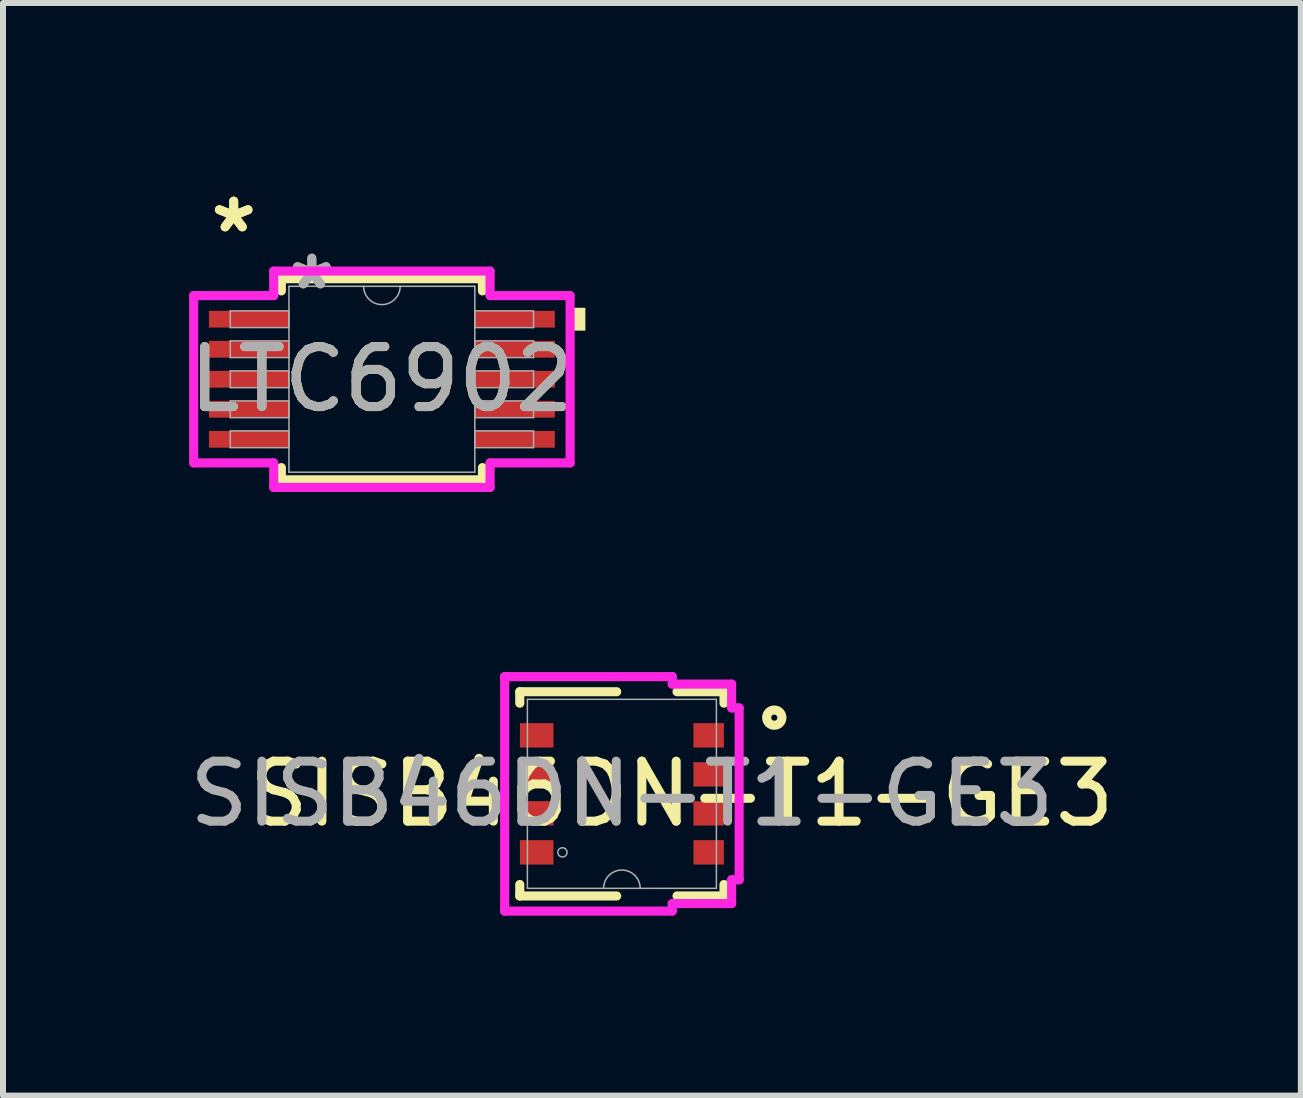
<source format=kicad_pcb>
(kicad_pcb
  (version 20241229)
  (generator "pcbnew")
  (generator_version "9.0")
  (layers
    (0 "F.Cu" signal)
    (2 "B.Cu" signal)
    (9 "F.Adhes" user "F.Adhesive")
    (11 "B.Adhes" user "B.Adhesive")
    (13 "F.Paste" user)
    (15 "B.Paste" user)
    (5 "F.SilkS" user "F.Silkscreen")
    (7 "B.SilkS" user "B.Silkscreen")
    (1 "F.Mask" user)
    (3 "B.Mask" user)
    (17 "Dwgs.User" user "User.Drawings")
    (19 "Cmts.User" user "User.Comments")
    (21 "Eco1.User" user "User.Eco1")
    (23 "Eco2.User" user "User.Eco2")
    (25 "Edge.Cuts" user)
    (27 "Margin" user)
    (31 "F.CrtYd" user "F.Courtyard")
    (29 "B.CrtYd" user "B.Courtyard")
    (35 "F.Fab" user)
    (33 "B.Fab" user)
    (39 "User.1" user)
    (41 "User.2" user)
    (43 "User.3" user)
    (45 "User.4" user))
  (footprint "SISB46DN-T1-GE3"
    (layer "F.Cu")
    (at 7.315 10.181)
    (property "Reference" "SISB46DN-T1-GE3" (at 1 0 0) (unlocked yes) (layer "F.SilkS") (effects (font (size 1 1) (thickness 0.15))))
    (attr smd)
    (fp_poly (pts (xy -1.7 1.178) (xy -1.141 1.178) (xy -1.141 1.119) (xy 0.246 1.119) (xy 0.246 1.7) (xy 0.586 1.7) (xy 0.586 0.174) (xy -1.141 0.174) (xy -1.141 0.122) (xy -1.7 0.122) (xy -1.7 0.528) (xy -1.141 0.528) (xy -1.141 0.772) (xy -1.7 0.772)) (stroke (width 0) (type solid)) (fill yes) (layer "F.Mask"))
    (fp_poly (pts (xy 0.586 -0.174) (xy 0.586 -1.7) (xy 0.246 -1.7) (xy 0.246 -1.119) (xy -1.141 -1.119) (xy -1.141 -1.178) (xy -1.7 -1.178) (xy -1.7 -0.772) (xy -1.141 -0.772) (xy -1.141 -0.528) (xy -1.7 -0.528) (xy -1.7 -0.122) (xy -1.141 -0.122) (xy -1.141 -0.174)) (stroke (width 0) (type solid)) (fill yes) (layer "F.Mask"))
    (fp_line (start -1.702 -1.702) (end -0.087 -1.702) (stroke (width 0.152) (type solid)) (layer "F.SilkS"))
    (fp_line (start -1.702 -1.511) (end -1.702 -1.702) (stroke (width 0.152) (type solid)) (layer "F.SilkS"))
    (fp_line (start -1.702 1.702) (end -1.702 1.511) (stroke (width 0.152) (type solid)) (layer "F.SilkS"))
    (fp_line (start -0.087 1.702) (end -1.702 1.702) (stroke (width 0.152) (type solid)) (layer "F.SilkS"))
    (fp_line (start 0.919 -1.702) (end 1.702 -1.702) (stroke (width 0.152) (type solid)) (layer "F.SilkS"))
    (fp_line (start 1.702 -1.702) (end 1.702 -1.511) (stroke (width 0.152) (type solid)) (layer "F.SilkS"))
    (fp_line (start 1.702 1.511) (end 1.702 1.702) (stroke (width 0.152) (type solid)) (layer "F.SilkS"))
    (fp_line (start 1.702 1.702) (end 0.919 1.702) (stroke (width 0.152) (type solid)) (layer "F.SilkS"))
    (fp_circle (center 2.54 -1.27) (end 2.667 -1.27) (stroke (width 0.152) (type solid)) (fill no) (layer "F.SilkS"))
    (fp_poly (pts (xy -1.7 -1.178) (xy -1.7 -0.772) (xy -1.141 -0.772) (xy -1.141 -0.528) (xy -1.7 -0.528) (xy -1.7 -0.122) (xy -1.141 -0.122) (xy -1.141 -0.174) (xy 0.586 -0.174) (xy 0.586 -1.119) (xy 0.586 -1.7) (xy 0.246 -1.7) (xy 0.246 -1.119) (xy -1.141 -1.119) (xy -1.141 -1.178)) (stroke (width 0) (type solid)) (fill yes) (layer "F.Paste"))
    (fp_poly (pts (xy -1.7 0.122) (xy -1.7 0.528) (xy -1.141 0.528) (xy -1.141 0.772) (xy -1.7 0.772) (xy -1.7 1.178) (xy -1.141 1.178) (xy -1.141 1.119) (xy 0.246 1.119) (xy 0.246 1.7) (xy 0.586 1.7) (xy 0.586 1.119) (xy 0.586 0.174) (xy -1.141 0.174) (xy -1.141 0.122)) (stroke (width 0) (type solid)) (fill yes) (layer "F.Paste"))
    (fp_line (start -1.954 -1.954) (end 0.84 -1.954) (stroke (width 0.152) (type solid)) (layer "F.CrtYd"))
    (fp_line (start -1.954 1.954) (end -1.954 -1.954) (stroke (width 0.152) (type solid)) (layer "F.CrtYd"))
    (fp_line (start 0.84 -1.954) (end 0.84 -1.829) (stroke (width 0.152) (type solid)) (layer "F.CrtYd"))
    (fp_line (start 0.84 -1.829) (end 1.829 -1.829) (stroke (width 0.152) (type solid)) (layer "F.CrtYd"))
    (fp_line (start 0.84 1.829) (end 0.84 1.954) (stroke (width 0.152) (type solid)) (layer "F.CrtYd"))
    (fp_line (start 0.84 1.954) (end -1.954 1.954) (stroke (width 0.152) (type solid)) (layer "F.CrtYd"))
    (fp_line (start 1.829 -1.829) (end 1.829 -1.432) (stroke (width 0.152) (type solid)) (layer "F.CrtYd"))
    (fp_line (start 1.829 -1.432) (end 1.954 -1.432) (stroke (width 0.152) (type solid)) (layer "F.CrtYd"))
    (fp_line (start 1.829 1.432) (end 1.829 1.829) (stroke (width 0.152) (type solid)) (layer "F.CrtYd"))
    (fp_line (start 1.829 1.829) (end 0.84 1.829) (stroke (width 0.152) (type solid)) (layer "F.CrtYd"))
    (fp_line (start 1.954 -1.432) (end 1.954 1.432) (stroke (width 0.152) (type solid)) (layer "F.CrtYd"))
    (fp_line (start 1.954 1.432) (end 1.829 1.432) (stroke (width 0.152) (type solid)) (layer "F.CrtYd"))
    (fp_line (start -1.575 -1.575) (end 1.575 -1.575) (stroke (width 0.025) (type solid)) (layer "F.Fab"))
    (fp_line (start -1.575 1.575) (end -1.575 -1.575) (stroke (width 0.025) (type solid)) (layer "F.Fab"))
    (fp_line (start 1.575 -1.575) (end 1.575 1.575) (stroke (width 0.025) (type solid)) (layer "F.Fab"))
    (fp_line (start 1.575 1.575) (end -1.575 1.575) (stroke (width 0.025) (type solid)) (layer "F.Fab"))
    (fp_arc (start -0.3048 1.5748) (mid 0 1.27) (end 0.3048 1.5748) (stroke (width 0.0254) (type solid)) (layer "F.Fab"))
    (fp_circle (center -0.991 0.975) (end -0.914 0.975) (stroke (width 0.025) (type solid)) (fill no) (layer "F.Fab"))
    (fp_text user "${REFERENCE}" (at 0 0 0) (unlocked yes) (layer "F.Fab") (effects (font (size 1 1) (thickness 0.15))))
    (pad "1" smd rect (at 1.446 -0.975) (size 0.508 0.406) (layers "F.Cu" "F.Mask" "F.Paste"))
    (pad "2" smd rect (at 1.446 -0.325) (size 0.508 0.406) (layers "F.Cu" "F.Mask" "F.Paste"))
    (pad "3" smd rect (at 1.446 0.325) (size 0.508 0.406) (layers "F.Cu" "F.Mask" "F.Paste"))
    (pad "4" smd rect (at 1.446 0.975) (size 0.508 0.406) (layers "F.Cu" "F.Mask" "F.Paste"))
    (pad "5" smd rect (at -1.42 0.975) (size 0.559 0.406) (layers "F.Cu" "F.Mask" "F.Paste"))
    (pad "6" smd rect (at -1.42 0.325) (size 0.559 0.406) (layers "F.Cu" "F.Mask" "F.Paste"))
    (pad "7" smd rect (at -1.42 -0.325) (size 0.559 0.406) (layers "F.Cu" "F.Mask" "F.Paste"))
    (pad "8" smd rect (at -1.42 -0.975) (size 0.559 0.406) (layers "F.Cu" "F.Mask" "F.Paste")))
  (footprint "LTC6902"
    (layer "F.Cu")
    (at 3.315 3.271)
    (property "Reference" "LTC6902" (at 0 0 0) (unlocked yes) (layer "F.SilkS") (effects (font (size 1 1) (thickness 0.15))))
    (attr smd)
    (fp_line (start -1.676 -1.676) (end -1.676 -1.473) (stroke (width 0.152) (type solid)) (layer "F.SilkS"))
    (fp_line (start -1.676 1.473) (end -1.676 1.676) (stroke (width 0.152) (type solid)) (layer "F.SilkS"))
    (fp_line (start -1.676 1.676) (end 1.676 1.676) (stroke (width 0.152) (type solid)) (layer "F.SilkS"))
    (fp_line (start 1.676 -1.676) (end -1.676 -1.676) (stroke (width 0.152) (type solid)) (layer "F.SilkS"))
    (fp_line (start 1.676 -1.473) (end 1.676 -1.676) (stroke (width 0.152) (type solid)) (layer "F.SilkS"))
    (fp_line (start 1.676 1.676) (end 1.676 1.473) (stroke (width 0.152) (type solid)) (layer "F.SilkS"))
    (fp_poly (pts (xy 3.391 -1.191) (xy 3.391 -0.81) (xy 3.137 -0.81) (xy 3.137 -1.191)) (stroke (width 0) (type solid)) (fill yes) (layer "F.SilkS"))
    (fp_line (start -3.137 -1.394) (end -1.803 -1.394) (stroke (width 0.152) (type solid)) (layer "F.CrtYd"))
    (fp_line (start -3.137 1.394) (end -3.137 -1.394) (stroke (width 0.152) (type solid)) (layer "F.CrtYd"))
    (fp_line (start -3.137 1.394) (end -1.803 1.394) (stroke (width 0.152) (type solid)) (layer "F.CrtYd"))
    (fp_line (start -1.803 -1.803) (end 1.803 -1.803) (stroke (width 0.152) (type solid)) (layer "F.CrtYd"))
    (fp_line (start -1.803 -1.394) (end -1.803 -1.803) (stroke (width 0.152) (type solid)) (layer "F.CrtYd"))
    (fp_line (start -1.803 1.803) (end -1.803 1.394) (stroke (width 0.152) (type solid)) (layer "F.CrtYd"))
    (fp_line (start 1.803 -1.803) (end 1.803 -1.394) (stroke (width 0.152) (type solid)) (layer "F.CrtYd"))
    (fp_line (start 1.803 1.394) (end 1.803 1.803) (stroke (width 0.152) (type solid)) (layer "F.CrtYd"))
    (fp_line (start 1.803 1.803) (end -1.803 1.803) (stroke (width 0.152) (type solid)) (layer "F.CrtYd"))
    (fp_line (start 3.137 -1.394) (end 1.803 -1.394) (stroke (width 0.152) (type solid)) (layer "F.CrtYd"))
    (fp_line (start 3.137 -1.394) (end 3.137 1.394) (stroke (width 0.152) (type solid)) (layer "F.CrtYd"))
    (fp_line (start 3.137 1.394) (end 1.803 1.394) (stroke (width 0.152) (type solid)) (layer "F.CrtYd"))
    (fp_line (start -2.527 -1.14) (end -2.527 -0.861) (stroke (width 0.025) (type solid)) (layer "F.Fab"))
    (fp_line (start -2.527 -0.861) (end -1.549 -0.861) (stroke (width 0.025) (type solid)) (layer "F.Fab"))
    (fp_line (start -2.527 -0.64) (end -2.527 -0.361) (stroke (width 0.025) (type solid)) (layer "F.Fab"))
    (fp_line (start -2.527 -0.361) (end -1.549 -0.361) (stroke (width 0.025) (type solid)) (layer "F.Fab"))
    (fp_line (start -2.527 -0.14) (end -2.527 0.14) (stroke (width 0.025) (type solid)) (layer "F.Fab"))
    (fp_line (start -2.527 0.14) (end -1.549 0.14) (stroke (width 0.025) (type solid)) (layer "F.Fab"))
    (fp_line (start -2.527 0.361) (end -2.527 0.64) (stroke (width 0.025) (type solid)) (layer "F.Fab"))
    (fp_line (start -2.527 0.64) (end -1.549 0.64) (stroke (width 0.025) (type solid)) (layer "F.Fab"))
    (fp_line (start -2.527 0.861) (end -2.527 1.14) (stroke (width 0.025) (type solid)) (layer "F.Fab"))
    (fp_line (start -2.527 1.14) (end -1.549 1.14) (stroke (width 0.025) (type solid)) (layer "F.Fab"))
    (fp_line (start -1.549 -1.549) (end -1.549 1.549) (stroke (width 0.025) (type solid)) (layer "F.Fab"))
    (fp_line (start -1.549 -1.14) (end -2.527 -1.14) (stroke (width 0.025) (type solid)) (layer "F.Fab"))
    (fp_line (start -1.549 -0.861) (end -1.549 -1.14) (stroke (width 0.025) (type solid)) (layer "F.Fab"))
    (fp_line (start -1.549 -0.64) (end -2.527 -0.64) (stroke (width 0.025) (type solid)) (layer "F.Fab"))
    (fp_line (start -1.549 -0.361) (end -1.549 -0.64) (stroke (width 0.025) (type solid)) (layer "F.Fab"))
    (fp_line (start -1.549 -0.14) (end -2.527 -0.14) (stroke (width 0.025) (type solid)) (layer "F.Fab"))
    (fp_line (start -1.549 0.14) (end -1.549 -0.14) (stroke (width 0.025) (type solid)) (layer "F.Fab"))
    (fp_line (start -1.549 0.361) (end -2.527 0.361) (stroke (width 0.025) (type solid)) (layer "F.Fab"))
    (fp_line (start -1.549 0.64) (end -1.549 0.361) (stroke (width 0.025) (type solid)) (layer "F.Fab"))
    (fp_line (start -1.549 0.861) (end -2.527 0.861) (stroke (width 0.025) (type solid)) (layer "F.Fab"))
    (fp_line (start -1.549 1.14) (end -1.549 0.861) (stroke (width 0.025) (type solid)) (layer "F.Fab"))
    (fp_line (start -1.549 1.549) (end 1.549 1.549) (stroke (width 0.025) (type solid)) (layer "F.Fab"))
    (fp_line (start 1.549 -1.549) (end -1.549 -1.549) (stroke (width 0.025) (type solid)) (layer "F.Fab"))
    (fp_line (start 1.549 -1.14) (end 1.549 -0.861) (stroke (width 0.025) (type solid)) (layer "F.Fab"))
    (fp_line (start 1.549 -0.861) (end 2.527 -0.861) (stroke (width 0.025) (type solid)) (layer "F.Fab"))
    (fp_line (start 1.549 -0.64) (end 1.549 -0.361) (stroke (width 0.025) (type solid)) (layer "F.Fab"))
    (fp_line (start 1.549 -0.361) (end 2.527 -0.361) (stroke (width 0.025) (type solid)) (layer "F.Fab"))
    (fp_line (start 1.549 -0.14) (end 1.549 0.14) (stroke (width 0.025) (type solid)) (layer "F.Fab"))
    (fp_line (start 1.549 0.14) (end 2.527 0.14) (stroke (width 0.025) (type solid)) (layer "F.Fab"))
    (fp_line (start 1.549 0.361) (end 1.549 0.64) (stroke (width 0.025) (type solid)) (layer "F.Fab"))
    (fp_line (start 1.549 0.64) (end 2.527 0.64) (stroke (width 0.025) (type solid)) (layer "F.Fab"))
    (fp_line (start 1.549 0.861) (end 1.549 1.14) (stroke (width 0.025) (type solid)) (layer "F.Fab"))
    (fp_line (start 1.549 1.14) (end 2.527 1.14) (stroke (width 0.025) (type solid)) (layer "F.Fab"))
    (fp_line (start 1.549 1.549) (end 1.549 -1.549) (stroke (width 0.025) (type solid)) (layer "F.Fab"))
    (fp_line (start 2.527 -1.14) (end 1.549 -1.14) (stroke (width 0.025) (type solid)) (layer "F.Fab"))
    (fp_line (start 2.527 -0.861) (end 2.527 -1.14) (stroke (width 0.025) (type solid)) (layer "F.Fab"))
    (fp_line (start 2.527 -0.64) (end 1.549 -0.64) (stroke (width 0.025) (type solid)) (layer "F.Fab"))
    (fp_line (start 2.527 -0.361) (end 2.527 -0.64) (stroke (width 0.025) (type solid)) (layer "F.Fab"))
    (fp_line (start 2.527 -0.14) (end 1.549 -0.14) (stroke (width 0.025) (type solid)) (layer "F.Fab"))
    (fp_line (start 2.527 0.14) (end 2.527 -0.14) (stroke (width 0.025) (type solid)) (layer "F.Fab"))
    (fp_line (start 2.527 0.361) (end 1.549 0.361) (stroke (width 0.025) (type solid)) (layer "F.Fab"))
    (fp_line (start 2.527 0.64) (end 2.527 0.361) (stroke (width 0.025) (type solid)) (layer "F.Fab"))
    (fp_line (start 2.527 0.861) (end 1.549 0.861) (stroke (width 0.025) (type solid)) (layer "F.Fab"))
    (fp_line (start 2.527 1.14) (end 2.527 0.861) (stroke (width 0.025) (type solid)) (layer "F.Fab"))
    (fp_arc (start 0.3048 -1.5494) (mid 0 -1.2446) (end -0.3048 -1.5494) (stroke (width 0.0254) (type solid)) (layer "F.Fab"))
    (fp_text user "*" (at -2.47 -2.423 0) (layer "F.SilkS") (effects (font (size 1 1) (thickness 0.15))))
    (fp_text user "*" (at -2.47 -2.423 0) (unlocked yes) (layer "F.SilkS") (effects (font (size 1 1) (thickness 0.15))))
    (fp_text user "${REFERENCE}" (at 0 0 0) (unlocked yes) (layer "F.Fab") (effects (font (size 1 1) (thickness 0.15))))
    (fp_text user "*" (at -1.168 -1.473 0) (unlocked yes) (layer "F.Fab") (effects (font (size 1 1) (thickness 0.15))))
    (fp_text user "*" (at -1.168 -1.473 0) (layer "F.Fab") (effects (font (size 1 1) (thickness 0.15))))
    (pad "1" smd rect (at -2.216 -1.001) (size 1.333 0.279) (layers "F.Cu" "F.Mask" "F.Paste"))
    (pad "2" smd rect (at -2.216 -0.5) (size 1.333 0.279) (layers "F.Cu" "F.Mask" "F.Paste"))
    (pad "3" smd rect (at -2.216 0) (size 1.333 0.279) (layers "F.Cu" "F.Mask" "F.Paste"))
    (pad "4" smd rect (at -2.216 0.5) (size 1.333 0.279) (layers "F.Cu" "F.Mask" "F.Paste"))
    (pad "5" smd rect (at -2.216 1.001) (size 1.333 0.279) (layers "F.Cu" "F.Mask" "F.Paste"))
    (pad "6" smd rect (at 2.216 1.001) (size 1.333 0.279) (layers "F.Cu" "F.Mask" "F.Paste"))
    (pad "7" smd rect (at 2.216 0.5) (size 1.333 0.279) (layers "F.Cu" "F.Mask" "F.Paste"))
    (pad "8" smd rect (at 2.216 0) (size 1.333 0.279) (layers "F.Cu" "F.Mask" "F.Paste"))
    (pad "9" smd rect (at 2.216 -0.5) (size 1.333 0.279) (layers "F.Cu" "F.Mask" "F.Paste"))
    (pad "10" smd rect (at 2.216 -1.001) (size 1.333 0.279) (layers "F.Cu" "F.Mask" "F.Paste")))
  (gr_rect
    (start -3 -3)
    (end 18.631 15.21)
    (stroke (width 0.1) (type default))
    (fill no)
    (layer "Edge.Cuts")))
</source>
